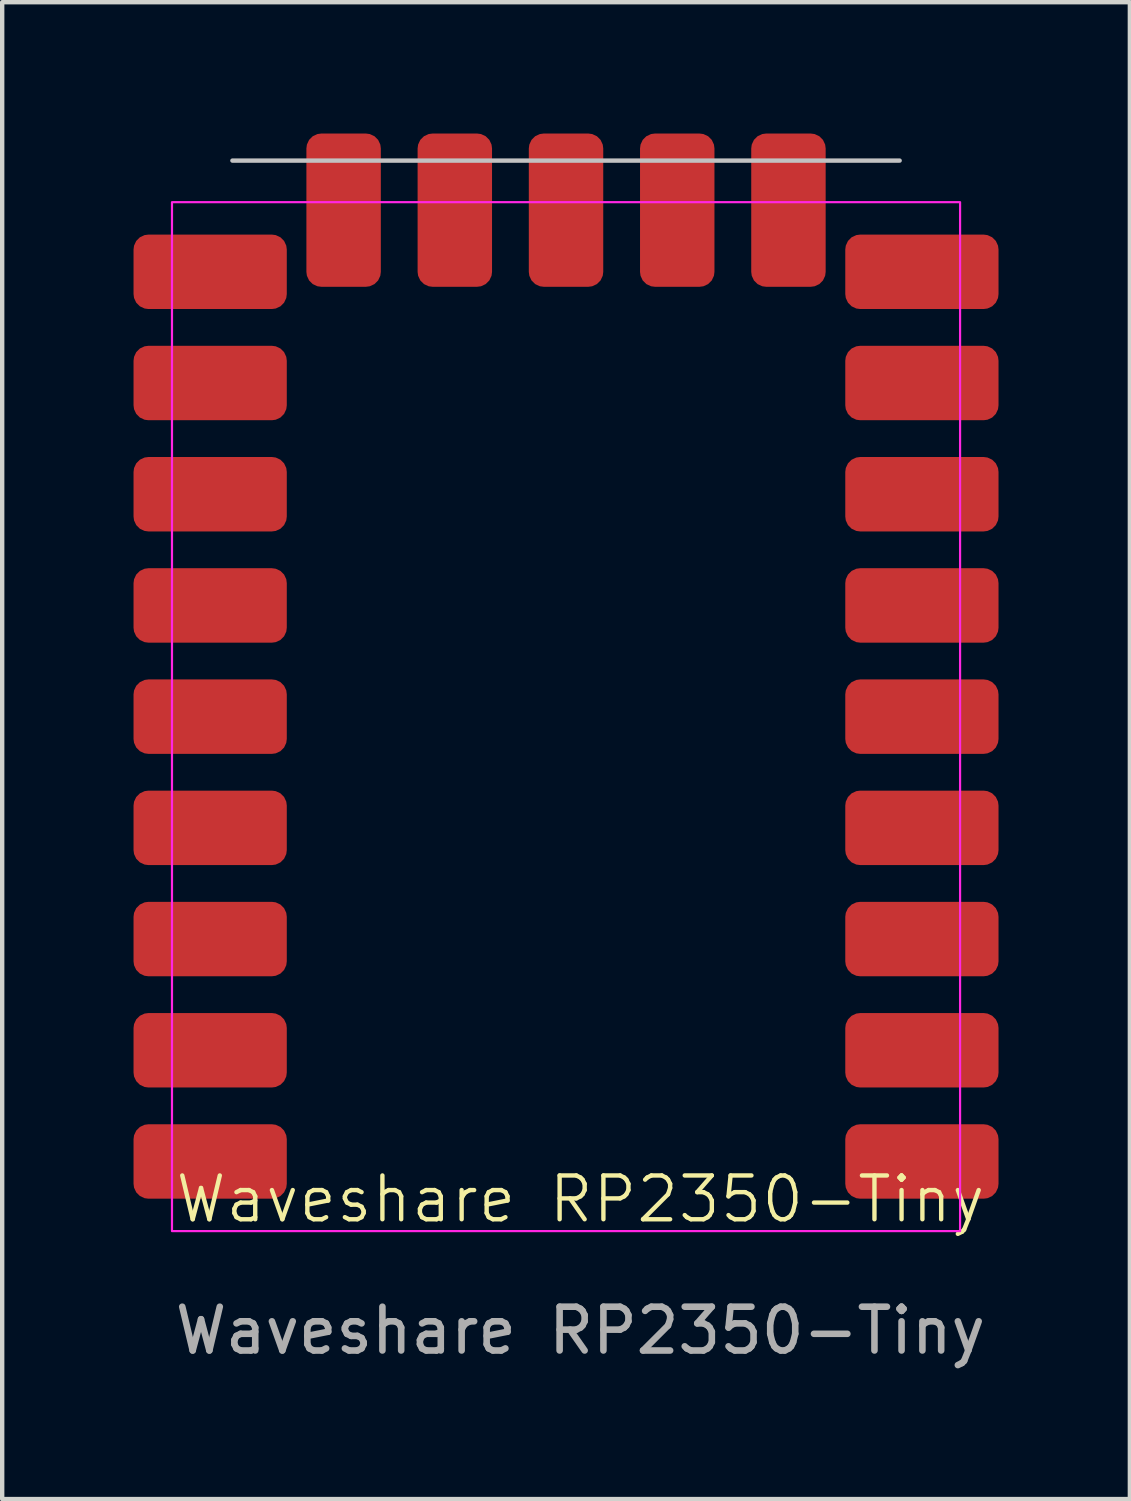
<source format=kicad_pcb>
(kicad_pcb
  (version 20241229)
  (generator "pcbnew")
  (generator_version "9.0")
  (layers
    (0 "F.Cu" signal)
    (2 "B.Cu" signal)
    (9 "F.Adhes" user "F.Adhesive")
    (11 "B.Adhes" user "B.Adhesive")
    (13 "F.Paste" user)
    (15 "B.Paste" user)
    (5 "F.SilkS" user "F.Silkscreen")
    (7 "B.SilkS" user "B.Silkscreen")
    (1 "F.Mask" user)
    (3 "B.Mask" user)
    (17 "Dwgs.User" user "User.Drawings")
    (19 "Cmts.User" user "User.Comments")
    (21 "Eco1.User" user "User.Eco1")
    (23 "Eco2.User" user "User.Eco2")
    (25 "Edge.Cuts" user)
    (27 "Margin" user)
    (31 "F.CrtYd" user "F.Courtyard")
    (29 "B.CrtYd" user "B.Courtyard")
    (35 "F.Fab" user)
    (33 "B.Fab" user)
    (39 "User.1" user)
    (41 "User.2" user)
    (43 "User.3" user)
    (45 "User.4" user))
  (footprint "Waveshare RP2350-Tiny"
    (layer "F.Cu")
    (at 9.878 23.478)
    (property "Reference" "Waveshare RP2350-Tiny" (at 0.33 0.862 0) (unlocked yes) (layer "F.SilkS") (effects (font (size 1 1) (thickness 0.1))))
    (attr smd)
    (fp_line (start -7.62 -22.86) (end 7.62 -22.86) (stroke (width 0.1) (type default)) (layer "Dwgs.User"))
    (fp_rect (start -9 1.59) (end 9 -21.91) (stroke (width 0.05) (type default)) (fill no) (layer "F.CrtYd"))
    (fp_text user "${REFERENCE}" (at 0.33 3.862 0) (unlocked yes) (layer "F.Fab") (effects (font (size 1 1) (thickness 0.15))))
    (pad "0" smd roundrect (at -8.128 0) (size 3.5 1.7) (layers "F.Cu" "F.Mask") (roundrect_rratio 0.2))
    (pad "1" smd roundrect (at -8.128 -2.54) (size 3.5 1.7) (layers "F.Cu" "F.Mask") (roundrect_rratio 0.2))
    (pad "2" smd roundrect (at -8.128 -5.08) (size 3.5 1.7) (layers "F.Cu" "F.Mask") (roundrect_rratio 0.2))
    (pad "3" smd roundrect (at -8.128 -7.62) (size 3.5 1.7) (layers "F.Cu" "F.Mask") (roundrect_rratio 0.2))
    (pad "4" smd roundrect (at -8.128 -10.16) (size 3.5 1.7) (layers "F.Cu" "F.Mask") (roundrect_rratio 0.2))
    (pad "5" smd roundrect (at -8.128 -12.7) (size 3.5 1.7) (layers "F.Cu" "F.Mask") (roundrect_rratio 0.2))
    (pad "6" smd roundrect (at -8.128 -15.24) (size 3.5 1.7) (layers "F.Cu" "F.Mask") (roundrect_rratio 0.2))
    (pad "7" smd roundrect (at -8.128 -17.78) (size 3.5 1.7) (layers "F.Cu" "F.Mask") (roundrect_rratio 0.2))
    (pad "8" smd roundrect (at -8.128 -20.32) (size 3.5 1.7) (layers "F.Cu" "F.Mask") (roundrect_rratio 0.2))
    (pad "9" smd roundrect (at -5.08 -21.728 90) (size 3.5 1.7) (layers "F.Cu" "F.Mask") (roundrect_rratio 0.2))
    (pad "10" smd roundrect (at -2.54 -21.728 90) (size 3.5 1.7) (layers "F.Cu" "F.Mask") (roundrect_rratio 0.2))
    (pad "11" smd roundrect (at 0 -21.728 90) (size 3.5 1.7) (layers "F.Cu" "F.Mask") (roundrect_rratio 0.2))
    (pad "12" smd roundrect (at 2.54 -21.728 90) (size 3.5 1.7) (layers "F.Cu" "F.Mask") (roundrect_rratio 0.2))
    (pad "13" smd roundrect (at 5.08 -21.728 90) (size 3.5 1.7) (layers "F.Cu" "F.Mask") (roundrect_rratio 0.2))
    (pad "14" smd roundrect (at 8.128 -20.32) (size 3.5 1.7) (layers "F.Cu" "F.Mask") (roundrect_rratio 0.2))
    (pad "15" smd roundrect (at 8.128 -17.78) (size 3.5 1.7) (layers "F.Cu" "F.Mask") (roundrect_rratio 0.2))
    (pad "16" smd roundrect (at 8.128 -5.08) (size 3.5 1.7) (layers "F.Cu" "F.Mask") (roundrect_rratio 0.2))
    (pad "17" smd roundrect (at 8.128 -2.54) (size 3.5 1.7) (layers "F.Cu" "F.Mask") (roundrect_rratio 0.2))
    (pad "18" smd roundrect (at 8.128 0) (size 3.5 1.7) (layers "F.Cu" "F.Mask") (roundrect_rratio 0.2))
    (pad "26" smd roundrect (at 8.128 -15.24) (size 3.5 1.7) (layers "F.Cu" "F.Mask") (roundrect_rratio 0.2))
    (pad "27" smd roundrect (at 8.128 -12.7) (size 3.5 1.7) (layers "F.Cu" "F.Mask") (roundrect_rratio 0.2))
    (pad "28" smd roundrect (at 8.128 -10.16) (size 3.5 1.7) (layers "F.Cu" "F.Mask") (roundrect_rratio 0.2))
    (pad "29" smd roundrect (at 8.128 -7.62) (size 3.5 1.7) (layers "F.Cu" "F.Mask") (roundrect_rratio 0.2)))
  (gr_rect
    (start -3 -3)
    (end 22.756 31.188)
    (stroke (width 0.1) (type default))
    (fill no)
    (layer "Edge.Cuts")))
</source>
